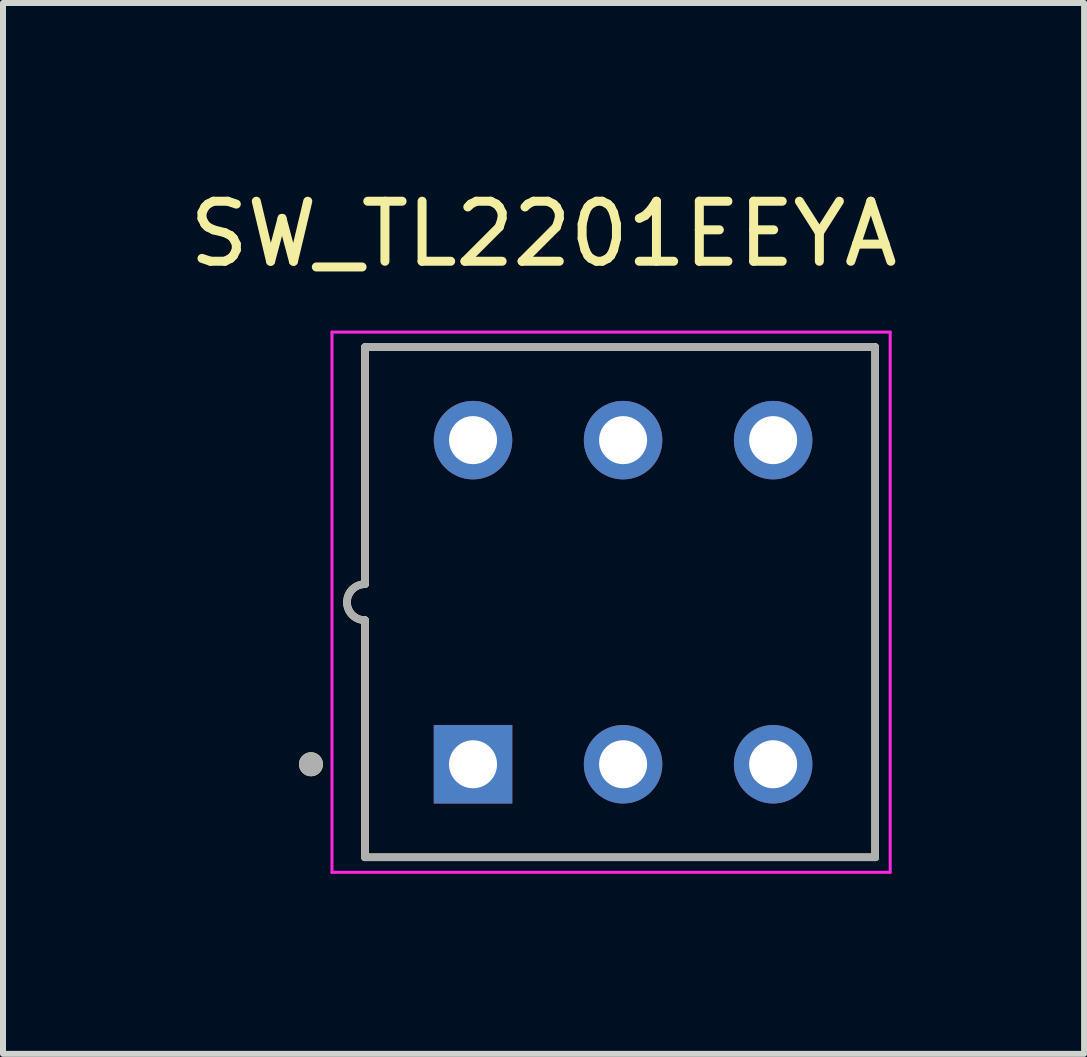
<source format=kicad_pcb>
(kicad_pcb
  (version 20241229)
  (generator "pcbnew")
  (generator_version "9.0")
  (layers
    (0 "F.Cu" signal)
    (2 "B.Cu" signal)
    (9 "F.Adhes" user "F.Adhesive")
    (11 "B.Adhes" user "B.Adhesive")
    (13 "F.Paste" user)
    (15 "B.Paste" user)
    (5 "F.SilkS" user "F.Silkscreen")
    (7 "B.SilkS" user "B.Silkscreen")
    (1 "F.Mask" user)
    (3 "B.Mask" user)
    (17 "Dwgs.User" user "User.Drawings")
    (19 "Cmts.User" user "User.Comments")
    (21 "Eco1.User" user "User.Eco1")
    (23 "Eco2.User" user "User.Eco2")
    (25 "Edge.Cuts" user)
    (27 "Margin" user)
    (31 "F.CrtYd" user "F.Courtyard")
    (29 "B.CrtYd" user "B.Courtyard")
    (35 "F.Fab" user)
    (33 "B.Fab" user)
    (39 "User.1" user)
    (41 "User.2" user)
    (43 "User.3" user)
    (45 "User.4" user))
  (footprint "SW_TL2201EEYA"
    (layer "F.Cu")
    (at 7.281 6.983)
    (property "Reference" "SW_TL2201EEYA" (at -1.275 -6.135 0) (layer "F.SilkS") (effects (font (size 1 1) (thickness 0.15))))
    (attr through_hole)
    (fp_line (start -4.25 -4.25) (end -4.25 -0.3) (stroke (width 0.127) (type solid)) (layer "F.SilkS"))
    (fp_line (start -4.25 4.25) (end -4.25 0.3) (stroke (width 0.127) (type solid)) (layer "F.SilkS"))
    (fp_line (start -4.25 4.25) (end 4.25 4.25) (stroke (width 0.127) (type solid)) (layer "F.SilkS"))
    (fp_line (start 4.25 -4.25) (end -4.25 -4.25) (stroke (width 0.127) (type solid)) (layer "F.SilkS"))
    (fp_line (start 4.25 4.25) (end 4.25 -4.25) (stroke (width 0.127) (type solid)) (layer "F.SilkS"))
    (fp_arc (start -4.55 0) (mid -4.462132 -0.212132) (end -4.25 -0.3) (stroke (width 0.127) (type solid)) (layer "F.SilkS"))
    (fp_arc (start -4.25 0.3) (mid -4.462132 0.212132) (end -4.55 0) (stroke (width 0.127) (type solid)) (layer "F.SilkS"))
    (fp_circle (center -5.15 2.7) (end -5.05 2.7) (stroke (width 0.2) (type solid)) (fill no) (layer "F.SilkS"))
    (fp_line (start -4.8 -4.5) (end -4.8 4.5) (stroke (width 0.05) (type solid)) (layer "F.CrtYd"))
    (fp_line (start -4.8 4.5) (end 4.5 4.5) (stroke (width 0.05) (type solid)) (layer "F.CrtYd"))
    (fp_line (start 4.5 -4.5) (end -4.8 -4.5) (stroke (width 0.05) (type solid)) (layer "F.CrtYd"))
    (fp_line (start 4.5 4.5) (end 4.5 -4.5) (stroke (width 0.05) (type solid)) (layer "F.CrtYd"))
    (fp_line (start -4.25 -4.25) (end -4.25 -0.3) (stroke (width 0.127) (type solid)) (layer "F.Fab"))
    (fp_line (start -4.25 4.25) (end -4.25 0.3) (stroke (width 0.127) (type solid)) (layer "F.Fab"))
    (fp_line (start -4.25 4.25) (end 4.25 4.25) (stroke (width 0.127) (type solid)) (layer "F.Fab"))
    (fp_line (start 4.25 -4.25) (end -4.25 -4.25) (stroke (width 0.127) (type solid)) (layer "F.Fab"))
    (fp_line (start 4.25 4.25) (end 4.25 -4.25) (stroke (width 0.127) (type solid)) (layer "F.Fab"))
    (fp_arc (start -4.55 0) (mid -4.462132 -0.212132) (end -4.25 -0.3) (stroke (width 0.127) (type solid)) (layer "F.Fab"))
    (fp_arc (start -4.25 0.3) (mid -4.462132 0.212132) (end -4.55 0) (stroke (width 0.127) (type solid)) (layer "F.Fab"))
    (fp_circle (center -5.15 2.7) (end -5.05 2.7) (stroke (width 0.2) (type solid)) (fill no) (layer "F.Fab"))
    (pad "1" thru_hole rect (at -2.45 2.7) (size 1.308 1.308) (drill 0.8) (layers "*.Cu" "*.Mask"))
    (pad "2" thru_hole circle (at 0.05 2.7) (size 1.308 1.308) (drill 0.8) (layers "*.Cu" "*.Mask"))
    (pad "3" thru_hole circle (at 2.55 2.7) (size 1.308 1.308) (drill 0.8) (layers "*.Cu" "*.Mask"))
    (pad "4" thru_hole circle (at -2.45 -2.7) (size 1.308 1.308) (drill 0.8) (layers "*.Cu" "*.Mask"))
    (pad "5" thru_hole circle (at 0.05 -2.7) (size 1.308 1.308) (drill 0.8) (layers "*.Cu" "*.Mask"))
    (pad "6" thru_hole circle (at 2.55 -2.7) (size 1.308 1.308) (drill 0.8) (layers "*.Cu" "*.Mask")))
  (gr_rect
    (start -3 -3)
    (end 15.012 14.508)
    (stroke (width 0.1) (type default))
    (fill no)
    (layer "Edge.Cuts")))
</source>
